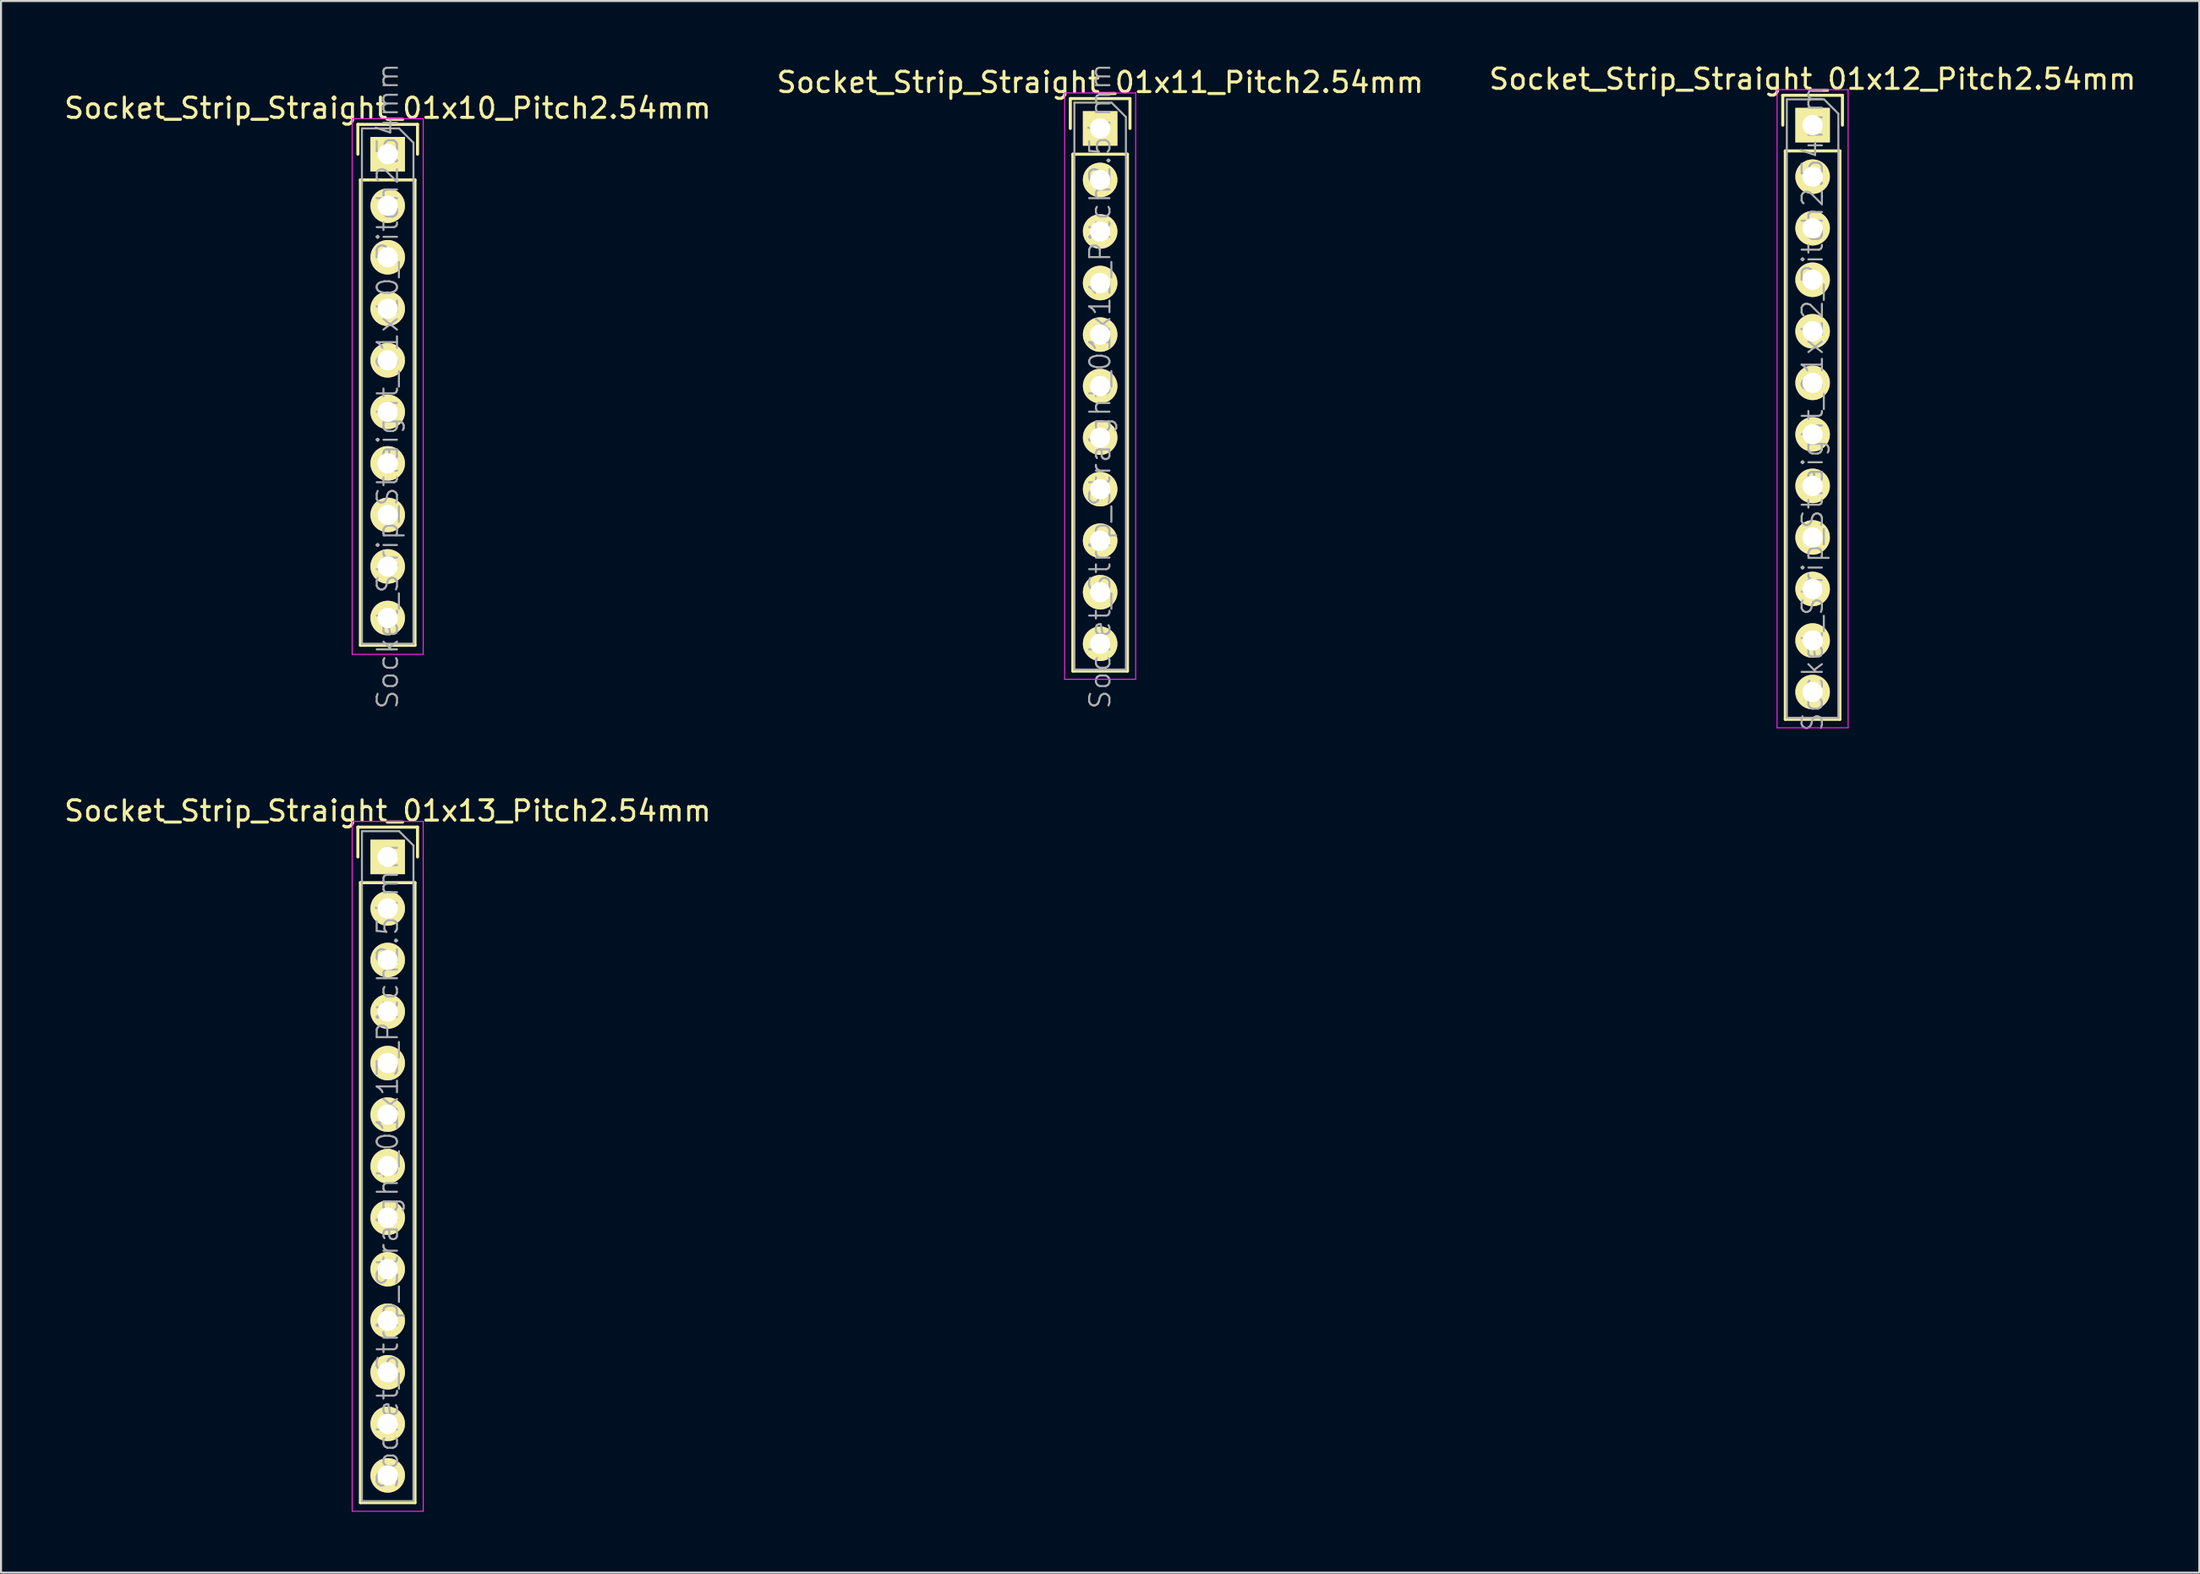
<source format=kicad_pcb>
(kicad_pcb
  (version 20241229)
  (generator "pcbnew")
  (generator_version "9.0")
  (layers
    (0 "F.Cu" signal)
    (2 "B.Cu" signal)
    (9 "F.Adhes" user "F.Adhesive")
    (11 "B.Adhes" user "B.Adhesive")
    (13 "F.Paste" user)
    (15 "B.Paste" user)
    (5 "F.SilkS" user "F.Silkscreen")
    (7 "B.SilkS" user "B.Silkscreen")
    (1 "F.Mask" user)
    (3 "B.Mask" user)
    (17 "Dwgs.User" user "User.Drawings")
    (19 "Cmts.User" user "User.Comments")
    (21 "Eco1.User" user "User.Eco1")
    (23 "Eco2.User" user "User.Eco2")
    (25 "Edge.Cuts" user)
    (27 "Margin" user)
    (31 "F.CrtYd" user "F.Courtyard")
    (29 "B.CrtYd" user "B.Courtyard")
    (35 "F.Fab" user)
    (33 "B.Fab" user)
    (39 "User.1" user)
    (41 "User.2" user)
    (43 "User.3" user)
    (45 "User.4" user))
  (footprint "Socket_Strip_Straight_01x11_Pitch2.54mm"
    (layer "F.Cu")
    (at 51.161 3.279)
    (property "Reference" "Socket_Strip_Straight_01x11_Pitch2.54mm" (at 0 -2.27 0) (layer "F.SilkS") (effects (font (size 1 1) (thickness 0.15))))
    (attr smd)
    (fp_line (start -1.47 -1.47) (end -1.47 0) (stroke (width 0.15) (type solid)) (layer "F.SilkS"))
    (fp_line (start -1.47 -1.47) (end 1.47 -1.47) (stroke (width 0.15) (type solid)) (layer "F.SilkS"))
    (fp_line (start -1.345 1.27) (end -1.345 26.745) (stroke (width 0.15) (type solid)) (layer "F.SilkS"))
    (fp_line (start -1.345 1.27) (end 1.345 1.27) (stroke (width 0.15) (type solid)) (layer "F.SilkS"))
    (fp_line (start -1.345 26.745) (end 1.345 26.745) (stroke (width 0.15) (type solid)) (layer "F.SilkS"))
    (fp_line (start 1.345 1.27) (end 1.345 26.745) (stroke (width 0.15) (type solid)) (layer "F.SilkS"))
    (fp_line (start 1.47 -1.47) (end 1.47 0) (stroke (width 0.15) (type solid)) (layer "F.SilkS"))
    (fp_line (start -1.75 -1.75) (end -1.75 27.15) (stroke (width 0.05) (type solid)) (layer "F.CrtYd"))
    (fp_line (start 1.75 -1.75) (end -1.75 -1.75) (stroke (width 0.05) (type solid)) (layer "F.CrtYd"))
    (fp_line (start 1.75 -1.75) (end 1.75 27.15) (stroke (width 0.05) (type solid)) (layer "F.CrtYd"))
    (fp_line (start 1.75 27.15) (end -1.75 27.15) (stroke (width 0.05) (type solid)) (layer "F.CrtYd"))
    (fp_line (start -1.27 -1.27) (end 0.563 -1.27) (stroke (width 0.1) (type solid)) (layer "F.Fab"))
    (fp_line (start -1.27 26.67) (end -1.27 -1.27) (stroke (width 0.1) (type solid)) (layer "F.Fab"))
    (fp_line (start -1.27 26.67) (end 1.27 26.67) (stroke (width 0.1) (type solid)) (layer "F.Fab"))
    (fp_line (start 1.27 -0.563) (end 0.563 -1.27) (stroke (width 0.1) (type solid)) (layer "F.Fab"))
    (fp_line (start 1.27 26.67) (end 1.27 -0.563) (stroke (width 0.1) (type solid)) (layer "F.Fab"))
    (fp_text user "${REFERENCE}" (at 0 12.7 90) (layer "F.Fab") (effects (font (size 1 1) (thickness 0.1))))
    (pad "1" thru_hole rect (at 0 0) (size 1.7 1.7) (drill 1) (layers "*.Cu" "*.Mask" "F.SilkS"))
    (pad "2" thru_hole oval (at 0 2.54) (size 1.7 1.7) (drill 1) (layers "*.Cu" "*.Mask" "F.SilkS"))
    (pad "3" thru_hole oval (at 0 5.08) (size 1.7 1.7) (drill 1) (layers "*.Cu" "*.Mask" "F.SilkS"))
    (pad "4" thru_hole oval (at 0 7.62) (size 1.7 1.7) (drill 1) (layers "*.Cu" "*.Mask" "F.SilkS"))
    (pad "5" thru_hole oval (at 0 10.16) (size 1.7 1.7) (drill 1) (layers "*.Cu" "*.Mask" "F.SilkS"))
    (pad "6" thru_hole oval (at 0 12.7) (size 1.7 1.7) (drill 1) (layers "*.Cu" "*.Mask" "F.SilkS"))
    (pad "7" thru_hole oval (at 0 15.24) (size 1.7 1.7) (drill 1) (layers "*.Cu" "*.Mask" "F.SilkS"))
    (pad "8" thru_hole oval (at 0 17.78) (size 1.7 1.7) (drill 1) (layers "*.Cu" "*.Mask" "F.SilkS"))
    (pad "9" thru_hole oval (at 0 20.32) (size 1.7 1.7) (drill 1) (layers "*.Cu" "*.Mask" "F.SilkS"))
    (pad "10" thru_hole oval (at 0 22.86) (size 1.7 1.7) (drill 1) (layers "*.Cu" "*.Mask" "F.SilkS"))
    (pad "11" thru_hole oval (at 0 25.4) (size 1.7 1.7) (drill 1) (layers "*.Cu" "*.Mask" "F.SilkS")))
  (footprint "Socket_Strip_Straight_01x13_Pitch2.54mm"
    (layer "F.Cu")
    (at 16.054 39.185)
    (property "Reference" "Socket_Strip_Straight_01x13_Pitch2.54mm" (at 0 -2.27 0) (layer "F.SilkS") (effects (font (size 1 1) (thickness 0.15))))
    (attr smd)
    (fp_line (start -1.47 -1.47) (end -1.47 0) (stroke (width 0.15) (type solid)) (layer "F.SilkS"))
    (fp_line (start -1.47 -1.47) (end 1.47 -1.47) (stroke (width 0.15) (type solid)) (layer "F.SilkS"))
    (fp_line (start -1.345 1.27) (end -1.345 31.825) (stroke (width 0.15) (type solid)) (layer "F.SilkS"))
    (fp_line (start -1.345 1.27) (end 1.345 1.27) (stroke (width 0.15) (type solid)) (layer "F.SilkS"))
    (fp_line (start -1.345 31.825) (end 1.345 31.825) (stroke (width 0.15) (type solid)) (layer "F.SilkS"))
    (fp_line (start 1.345 1.27) (end 1.345 31.825) (stroke (width 0.15) (type solid)) (layer "F.SilkS"))
    (fp_line (start 1.47 -1.47) (end 1.47 0) (stroke (width 0.15) (type solid)) (layer "F.SilkS"))
    (fp_line (start -1.75 -1.75) (end -1.75 32.25) (stroke (width 0.05) (type solid)) (layer "F.CrtYd"))
    (fp_line (start 1.75 -1.75) (end -1.75 -1.75) (stroke (width 0.05) (type solid)) (layer "F.CrtYd"))
    (fp_line (start 1.75 -1.75) (end 1.75 32.25) (stroke (width 0.05) (type solid)) (layer "F.CrtYd"))
    (fp_line (start 1.75 32.25) (end -1.75 32.25) (stroke (width 0.05) (type solid)) (layer "F.CrtYd"))
    (fp_line (start -1.27 -1.27) (end 0.563 -1.27) (stroke (width 0.1) (type solid)) (layer "F.Fab"))
    (fp_line (start -1.27 31.75) (end -1.27 -1.27) (stroke (width 0.1) (type solid)) (layer "F.Fab"))
    (fp_line (start -1.27 31.75) (end 1.27 31.75) (stroke (width 0.1) (type solid)) (layer "F.Fab"))
    (fp_line (start 1.27 -0.563) (end 0.563 -1.27) (stroke (width 0.1) (type solid)) (layer "F.Fab"))
    (fp_line (start 1.27 31.75) (end 1.27 -0.563) (stroke (width 0.1) (type solid)) (layer "F.Fab"))
    (fp_text user "${REFERENCE}" (at 0 15.24 90) (layer "F.Fab") (effects (font (size 1 1) (thickness 0.1))))
    (pad "1" thru_hole rect (at 0 0) (size 1.7 1.7) (drill 1) (layers "*.Cu" "*.Mask" "F.SilkS"))
    (pad "2" thru_hole oval (at 0 2.54) (size 1.7 1.7) (drill 1) (layers "*.Cu" "*.Mask" "F.SilkS"))
    (pad "3" thru_hole oval (at 0 5.08) (size 1.7 1.7) (drill 1) (layers "*.Cu" "*.Mask" "F.SilkS"))
    (pad "4" thru_hole oval (at 0 7.62) (size 1.7 1.7) (drill 1) (layers "*.Cu" "*.Mask" "F.SilkS"))
    (pad "5" thru_hole oval (at 0 10.16) (size 1.7 1.7) (drill 1) (layers "*.Cu" "*.Mask" "F.SilkS"))
    (pad "6" thru_hole oval (at 0 12.7) (size 1.7 1.7) (drill 1) (layers "*.Cu" "*.Mask" "F.SilkS"))
    (pad "7" thru_hole oval (at 0 15.24) (size 1.7 1.7) (drill 1) (layers "*.Cu" "*.Mask" "F.SilkS"))
    (pad "8" thru_hole oval (at 0 17.78) (size 1.7 1.7) (drill 1) (layers "*.Cu" "*.Mask" "F.SilkS"))
    (pad "9" thru_hole oval (at 0 20.32) (size 1.7 1.7) (drill 1) (layers "*.Cu" "*.Mask" "F.SilkS"))
    (pad "10" thru_hole oval (at 0 22.86) (size 1.7 1.7) (drill 1) (layers "*.Cu" "*.Mask" "F.SilkS"))
    (pad "11" thru_hole oval (at 0 25.4) (size 1.7 1.7) (drill 1) (layers "*.Cu" "*.Mask" "F.SilkS"))
    (pad "12" thru_hole oval (at 0 27.94) (size 1.7 1.7) (drill 1) (layers "*.Cu" "*.Mask" "F.SilkS"))
    (pad "13" thru_hole oval (at 0 30.48) (size 1.7 1.7) (drill 1) (layers "*.Cu" "*.Mask" "F.SilkS")))
  (footprint "Socket_Strip_Straight_01x10_Pitch2.54mm"
    (layer "F.Cu")
    (at 16.054 4.549)
    (property "Reference" "Socket_Strip_Straight_01x10_Pitch2.54mm" (at 0 -2.27 0) (layer "F.SilkS") (effects (font (size 1 1) (thickness 0.15))))
    (attr smd)
    (fp_line (start -1.47 -1.47) (end -1.47 0) (stroke (width 0.15) (type solid)) (layer "F.SilkS"))
    (fp_line (start -1.47 -1.47) (end 1.47 -1.47) (stroke (width 0.15) (type solid)) (layer "F.SilkS"))
    (fp_line (start -1.345 1.27) (end -1.345 24.205) (stroke (width 0.15) (type solid)) (layer "F.SilkS"))
    (fp_line (start -1.345 1.27) (end 1.345 1.27) (stroke (width 0.15) (type solid)) (layer "F.SilkS"))
    (fp_line (start -1.345 24.205) (end 1.345 24.205) (stroke (width 0.15) (type solid)) (layer "F.SilkS"))
    (fp_line (start 1.345 1.27) (end 1.345 24.205) (stroke (width 0.15) (type solid)) (layer "F.SilkS"))
    (fp_line (start 1.47 -1.47) (end 1.47 0) (stroke (width 0.15) (type solid)) (layer "F.SilkS"))
    (fp_line (start -1.75 -1.75) (end -1.75 24.65) (stroke (width 0.05) (type solid)) (layer "F.CrtYd"))
    (fp_line (start 1.75 -1.75) (end -1.75 -1.75) (stroke (width 0.05) (type solid)) (layer "F.CrtYd"))
    (fp_line (start 1.75 -1.75) (end 1.75 24.65) (stroke (width 0.05) (type solid)) (layer "F.CrtYd"))
    (fp_line (start 1.75 24.65) (end -1.75 24.65) (stroke (width 0.05) (type solid)) (layer "F.CrtYd"))
    (fp_line (start -1.27 -1.27) (end 0.563 -1.27) (stroke (width 0.1) (type solid)) (layer "F.Fab"))
    (fp_line (start -1.27 24.13) (end -1.27 -1.27) (stroke (width 0.1) (type solid)) (layer "F.Fab"))
    (fp_line (start -1.27 24.13) (end 1.27 24.13) (stroke (width 0.1) (type solid)) (layer "F.Fab"))
    (fp_line (start 1.27 -0.563) (end 0.563 -1.27) (stroke (width 0.1) (type solid)) (layer "F.Fab"))
    (fp_line (start 1.27 24.13) (end 1.27 -0.563) (stroke (width 0.1) (type solid)) (layer "F.Fab"))
    (fp_text user "${REFERENCE}" (at 0 11.43 90) (layer "F.Fab") (effects (font (size 1 1) (thickness 0.1))))
    (pad "1" thru_hole rect (at 0 0) (size 1.7 1.7) (drill 1) (layers "*.Cu" "*.Mask" "F.SilkS"))
    (pad "2" thru_hole oval (at 0 2.54) (size 1.7 1.7) (drill 1) (layers "*.Cu" "*.Mask" "F.SilkS"))
    (pad "3" thru_hole oval (at 0 5.08) (size 1.7 1.7) (drill 1) (layers "*.Cu" "*.Mask" "F.SilkS"))
    (pad "4" thru_hole oval (at 0 7.62) (size 1.7 1.7) (drill 1) (layers "*.Cu" "*.Mask" "F.SilkS"))
    (pad "5" thru_hole oval (at 0 10.16) (size 1.7 1.7) (drill 1) (layers "*.Cu" "*.Mask" "F.SilkS"))
    (pad "6" thru_hole oval (at 0 12.7) (size 1.7 1.7) (drill 1) (layers "*.Cu" "*.Mask" "F.SilkS"))
    (pad "7" thru_hole oval (at 0 15.24) (size 1.7 1.7) (drill 1) (layers "*.Cu" "*.Mask" "F.SilkS"))
    (pad "8" thru_hole oval (at 0 17.78) (size 1.7 1.7) (drill 1) (layers "*.Cu" "*.Mask" "F.SilkS"))
    (pad "9" thru_hole oval (at 0 20.32) (size 1.7 1.7) (drill 1) (layers "*.Cu" "*.Mask" "F.SilkS"))
    (pad "10" thru_hole oval (at 0 22.86) (size 1.7 1.7) (drill 1) (layers "*.Cu" "*.Mask" "F.SilkS")))
  (footprint "Socket_Strip_Straight_01x12_Pitch2.54mm"
    (layer "F.Cu")
    (at 86.268 3.118)
    (property "Reference" "Socket_Strip_Straight_01x12_Pitch2.54mm" (at 0 -2.27 0) (layer "F.SilkS") (effects (font (size 1 1) (thickness 0.15))))
    (attr smd)
    (fp_line (start -1.47 -1.47) (end -1.47 0) (stroke (width 0.15) (type solid)) (layer "F.SilkS"))
    (fp_line (start -1.47 -1.47) (end 1.47 -1.47) (stroke (width 0.15) (type solid)) (layer "F.SilkS"))
    (fp_line (start -1.345 1.27) (end -1.345 29.285) (stroke (width 0.15) (type solid)) (layer "F.SilkS"))
    (fp_line (start -1.345 1.27) (end 1.345 1.27) (stroke (width 0.15) (type solid)) (layer "F.SilkS"))
    (fp_line (start -1.345 29.285) (end 1.345 29.285) (stroke (width 0.15) (type solid)) (layer "F.SilkS"))
    (fp_line (start 1.345 1.27) (end 1.345 29.285) (stroke (width 0.15) (type solid)) (layer "F.SilkS"))
    (fp_line (start 1.47 -1.47) (end 1.47 0) (stroke (width 0.15) (type solid)) (layer "F.SilkS"))
    (fp_line (start -1.75 -1.75) (end -1.75 29.7) (stroke (width 0.05) (type solid)) (layer "F.CrtYd"))
    (fp_line (start 1.75 -1.75) (end -1.75 -1.75) (stroke (width 0.05) (type solid)) (layer "F.CrtYd"))
    (fp_line (start 1.75 -1.75) (end 1.75 29.7) (stroke (width 0.05) (type solid)) (layer "F.CrtYd"))
    (fp_line (start 1.75 29.7) (end -1.75 29.7) (stroke (width 0.05) (type solid)) (layer "F.CrtYd"))
    (fp_line (start -1.27 -1.27) (end 0.563 -1.27) (stroke (width 0.1) (type solid)) (layer "F.Fab"))
    (fp_line (start -1.27 29.21) (end -1.27 -1.27) (stroke (width 0.1) (type solid)) (layer "F.Fab"))
    (fp_line (start -1.27 29.21) (end 1.27 29.21) (stroke (width 0.1) (type solid)) (layer "F.Fab"))
    (fp_line (start 1.27 -0.563) (end 0.563 -1.27) (stroke (width 0.1) (type solid)) (layer "F.Fab"))
    (fp_line (start 1.27 29.21) (end 1.27 -0.563) (stroke (width 0.1) (type solid)) (layer "F.Fab"))
    (fp_text user "${REFERENCE}" (at 0 13.97 90) (layer "F.Fab") (effects (font (size 1 1) (thickness 0.1))))
    (pad "1" thru_hole rect (at 0 0) (size 1.7 1.7) (drill 1) (layers "*.Cu" "*.Mask" "F.SilkS"))
    (pad "2" thru_hole oval (at 0 2.54) (size 1.7 1.7) (drill 1) (layers "*.Cu" "*.Mask" "F.SilkS"))
    (pad "3" thru_hole oval (at 0 5.08) (size 1.7 1.7) (drill 1) (layers "*.Cu" "*.Mask" "F.SilkS"))
    (pad "4" thru_hole oval (at 0 7.62) (size 1.7 1.7) (drill 1) (layers "*.Cu" "*.Mask" "F.SilkS"))
    (pad "5" thru_hole oval (at 0 10.16) (size 1.7 1.7) (drill 1) (layers "*.Cu" "*.Mask" "F.SilkS"))
    (pad "6" thru_hole oval (at 0 12.7) (size 1.7 1.7) (drill 1) (layers "*.Cu" "*.Mask" "F.SilkS"))
    (pad "7" thru_hole oval (at 0 15.24) (size 1.7 1.7) (drill 1) (layers "*.Cu" "*.Mask" "F.SilkS"))
    (pad "8" thru_hole oval (at 0 17.78) (size 1.7 1.7) (drill 1) (layers "*.Cu" "*.Mask" "F.SilkS"))
    (pad "9" thru_hole oval (at 0 20.32) (size 1.7 1.7) (drill 1) (layers "*.Cu" "*.Mask" "F.SilkS"))
    (pad "10" thru_hole oval (at 0 22.86) (size 1.7 1.7) (drill 1) (layers "*.Cu" "*.Mask" "F.SilkS"))
    (pad "11" thru_hole oval (at 0 25.4) (size 1.7 1.7) (drill 1) (layers "*.Cu" "*.Mask" "F.SilkS"))
    (pad "12" thru_hole oval (at 0 27.94) (size 1.7 1.7) (drill 1) (layers "*.Cu" "*.Mask" "F.SilkS")))
  (gr_rect
    (start -3 -3)
    (end 105.321 74.46)
    (stroke (width 0.1) (type default))
    (fill no)
    (layer "Edge.Cuts")))
</source>
